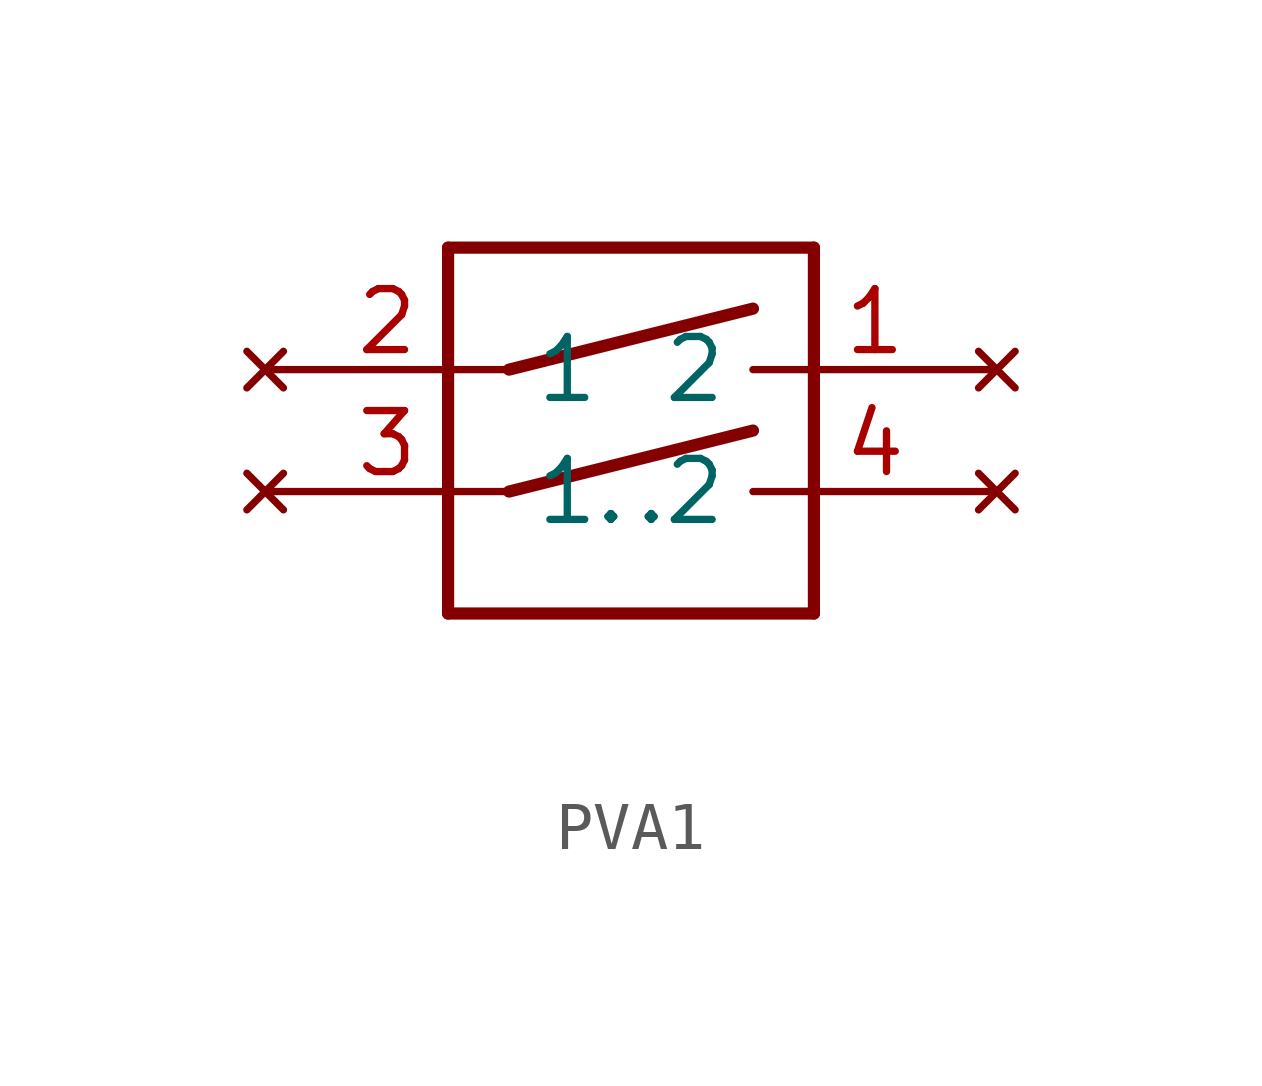
<source format=kicad_sym>
(kicad_symbol_lib
  (version 20231120)
  (generator "kicad_symbol_editor")
  (generator_version "8.0")
  (symbol "PVA1"
    (property "Reference" ""
      (at -3.81 3.81 0)
      (effects (font (size 1.27 1.079)) (justify left bottom) (hide yes)))
    (property "Value" ""
      (at -3.81 -7.62 0)
      (effects (font (size 1.27 1.079)) (justify left bottom)))
    (property "ki_locked" ""
      (at 0 0 0)
      (effects (font (size 1.27 1.27))))
    (symbol "PVA1_1_0"
      (polyline (pts (xy -3.81 -5.08) (xy 3.81 -5.08)) (stroke (width 0.254) (type solid)) (fill (type none)))
      (polyline (pts (xy -3.81 2.54) (xy -3.81 -5.08)) (stroke (width 0.254) (type solid)) (fill (type none)))
      (polyline (pts (xy -2.54 -2.54) (xy 2.54 -1.27)) (stroke (width 0.254) (type solid)) (fill (type none)))
      (polyline (pts (xy -2.54 0) (xy 2.54 1.27)) (stroke (width 0.254) (type solid)) (fill (type none)))
      (polyline (pts (xy 3.81 -5.08) (xy 3.81 2.54)) (stroke (width 0.254) (type solid)) (fill (type none)))
      (polyline (pts (xy 3.81 2.54) (xy -3.81 2.54)) (stroke (width 0.254) (type solid)) (fill (type none)))
      (pin no_connect line (at 7.62 0 180) (length 5.08) (name "2" (effects (font (size 1.27 1.27)))) (number "1" (effects (font (size 1.27 1.27)))))
      (pin no_connect line (at -7.62 0 0) (length 5.08) (name "1" (effects (font (size 1.27 1.27)))) (number "2" (effects (font (size 1.27 1.27)))))
      (pin no_connect line (at -7.62 -2.54 0) (length 5.08) (name "1." (effects (font (size 1.27 1.27)))) (number "3" (effects (font (size 1.27 1.27)))))
      (pin no_connect line (at 7.62 -2.54 180) (length 5.08) (name ".2" (effects (font (size 1.27 1.27)))) (number "4" (effects (font (size 1.27 1.27))))))))
</source>
